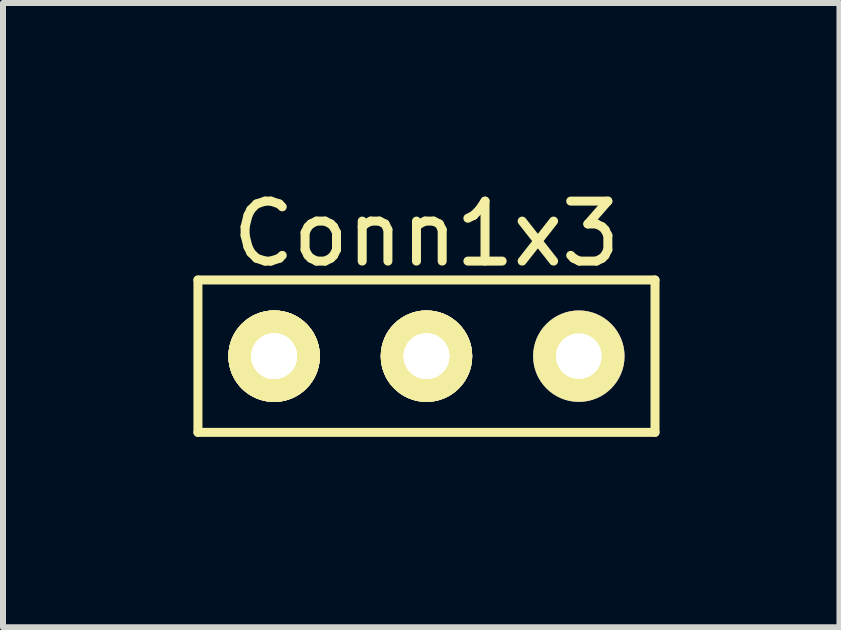
<source format=kicad_pcb>
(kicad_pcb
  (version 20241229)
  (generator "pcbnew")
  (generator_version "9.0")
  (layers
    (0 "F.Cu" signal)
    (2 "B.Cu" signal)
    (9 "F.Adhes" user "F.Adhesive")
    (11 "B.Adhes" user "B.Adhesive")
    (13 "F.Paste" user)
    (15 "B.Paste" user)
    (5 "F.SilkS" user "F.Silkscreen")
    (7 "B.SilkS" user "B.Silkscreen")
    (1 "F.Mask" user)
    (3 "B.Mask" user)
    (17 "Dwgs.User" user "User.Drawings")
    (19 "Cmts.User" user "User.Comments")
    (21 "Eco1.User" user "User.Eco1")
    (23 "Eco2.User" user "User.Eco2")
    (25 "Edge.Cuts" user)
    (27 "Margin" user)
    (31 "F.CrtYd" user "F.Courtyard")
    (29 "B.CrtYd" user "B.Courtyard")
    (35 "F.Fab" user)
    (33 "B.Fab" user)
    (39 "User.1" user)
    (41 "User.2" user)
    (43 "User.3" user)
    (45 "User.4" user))
  (footprint "Conn1x3"
    (layer "F.Cu")
    (at 0.25 4.158)
    (property "Reference" "Conn1x3" (at 3.81 -3.31 0) (layer "F.SilkS") (effects (font (size 1 1) (thickness 0.15))))
    (attr through_hole)
    (fp_line (start 0 -2.54) (end 7.62 -2.54) (stroke (width 0.15) (type solid)) (layer "F.SilkS"))
    (fp_line (start 0 0) (end 0 -2.54) (stroke (width 0.15) (type solid)) (layer "F.SilkS"))
    (fp_line (start 7.62 -2.54) (end 7.62 0) (stroke (width 0.15) (type solid)) (layer "F.SilkS"))
    (fp_line (start 7.62 0) (end 0 0) (stroke (width 0.15) (type solid)) (layer "F.SilkS"))
    (pad "1" thru_hole circle (at 1.27 -1.27) (size 1.524 1.524) (drill 0.762) (layers "*.Cu" "*.Mask" "F.SilkS"))
    (pad "1" thru_hole circle (at 1.27 -1.27) (size 1.524 1.524) (drill 0.762) (layers "*.Cu" "*.Mask" "F.SilkS"))
    (pad "2" thru_hole circle (at 3.81 -1.27) (size 1.524 1.524) (drill 0.762) (layers "*.Cu" "*.Mask" "F.SilkS"))
    (pad "2" thru_hole circle (at 3.81 -1.27) (size 1.524 1.524) (drill 0.762) (layers "*.Cu" "*.Mask" "F.SilkS"))
    (pad "3" thru_hole circle (at 6.35 -1.27) (size 1.524 1.524) (drill 0.762) (layers "*.Cu" "*.Mask" "F.SilkS"))
    (pad "4" thru_hole circle (at 1.27 -1.27) (size 1.524 1.524) (drill 0.762) (layers "*.Cu" "*.Mask" "F.SilkS"))
    (pad "5" thru_hole circle (at 3.81 -1.27) (size 1.524 1.524) (drill 0.762) (layers "*.Cu" "*.Mask" "F.SilkS"))
    (pad "6" thru_hole circle (at 1.27 -1.27) (size 1.524 1.524) (drill 0.762) (layers "*.Cu" "*.Mask" "F.SilkS")))
  (gr_rect
    (start -3 -3)
    (end 10.945 7.408)
    (stroke (width 0.1) (type default))
    (fill no)
    (layer "Edge.Cuts")))
</source>
